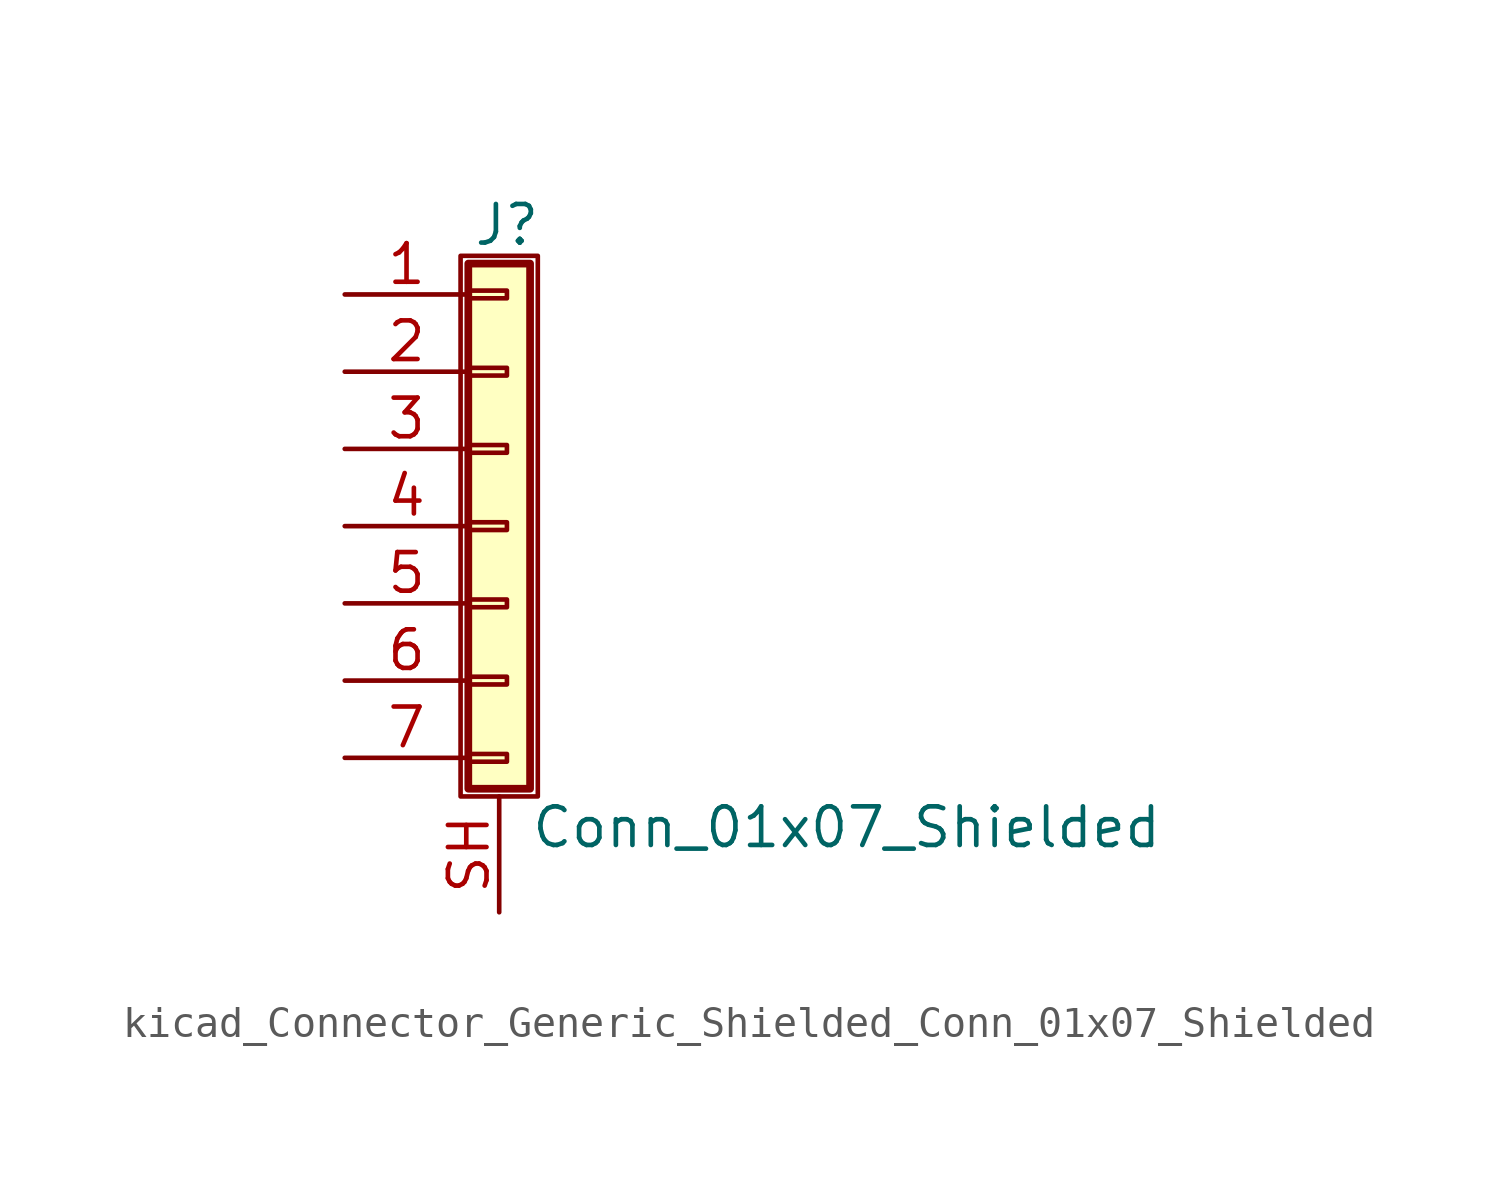
<source format=kicad_sym>
(kicad_symbol_lib
  (version 20220914)
  (generator kicad_symbol_editor)
  (symbol "kicad_Connector_Generic_Shielded_Conn_01x07_Shielded"
    (pin_names
      (offset 1.016) hide)
    (property "Reference" "J"
      (at 0.254 9.906 0)
      (effects (font (size 1.27 1.27))))
    (property "Value" "Conn_01x07_Shielded"
      (at 1.016 -9.906 0)
      (effects (font (size 1.27 1.27)) (justify left)))
    (symbol "kicad_Connector_Generic_Shielded_Conn_01x07_Shielded_1_1"
      (rectangle (start -1.27 8.89) (end 1.27 -8.89) (stroke (width 0.152) (type default)) (fill (type none)))
      (rectangle (start -1.016 -7.493) (end 0.254 -7.747) (stroke (width 0.152) (type default)) (fill (type none)))
      (rectangle (start -1.016 -4.953) (end 0.254 -5.207) (stroke (width 0.152) (type default)) (fill (type none)))
      (rectangle (start -1.016 -2.413) (end 0.254 -2.667) (stroke (width 0.152) (type default)) (fill (type none)))
      (rectangle (start -1.016 0.127) (end 0.254 -0.127) (stroke (width 0.152) (type default)) (fill (type none)))
      (rectangle (start -1.016 2.667) (end 0.254 2.413) (stroke (width 0.152) (type default)) (fill (type none)))
      (rectangle (start -1.016 5.207) (end 0.254 4.953) (stroke (width 0.152) (type default)) (fill (type none)))
      (rectangle (start -1.016 7.747) (end 0.254 7.493) (stroke (width 0.152) (type default)) (fill (type none)))
      (rectangle (start -1.016 8.636) (end 1.016 -8.636) (stroke (width 0.254) (type default)) (fill (type background)))
      (pin passive line (at -5.08 7.62 0) (length 4.064) (name "Pin_1" (effects (font (size 1.27 1.27)))) (number "1" (effects (font (size 1.27 1.27)))))
      (pin passive line (at -5.08 5.08 0) (length 4.064) (name "Pin_2" (effects (font (size 1.27 1.27)))) (number "2" (effects (font (size 1.27 1.27)))))
      (pin passive line (at -5.08 2.54 0) (length 4.064) (name "Pin_3" (effects (font (size 1.27 1.27)))) (number "3" (effects (font (size 1.27 1.27)))))
      (pin passive line (at -5.08 0 0) (length 4.064) (name "Pin_4" (effects (font (size 1.27 1.27)))) (number "4" (effects (font (size 1.27 1.27)))))
      (pin passive line (at -5.08 -2.54 0) (length 4.064) (name "Pin_5" (effects (font (size 1.27 1.27)))) (number "5" (effects (font (size 1.27 1.27)))))
      (pin passive line (at -5.08 -5.08 0) (length 4.064) (name "Pin_6" (effects (font (size 1.27 1.27)))) (number "6" (effects (font (size 1.27 1.27)))))
      (pin passive line (at -5.08 -7.62 0) (length 4.064) (name "Pin_7" (effects (font (size 1.27 1.27)))) (number "7" (effects (font (size 1.27 1.27)))))
      (pin passive line (at 0 -12.7 90) (length 3.81) (name "Shield" (effects (font (size 1.27 1.27)))) (number "SH" (effects (font (size 1.27 1.27))))))))
</source>
